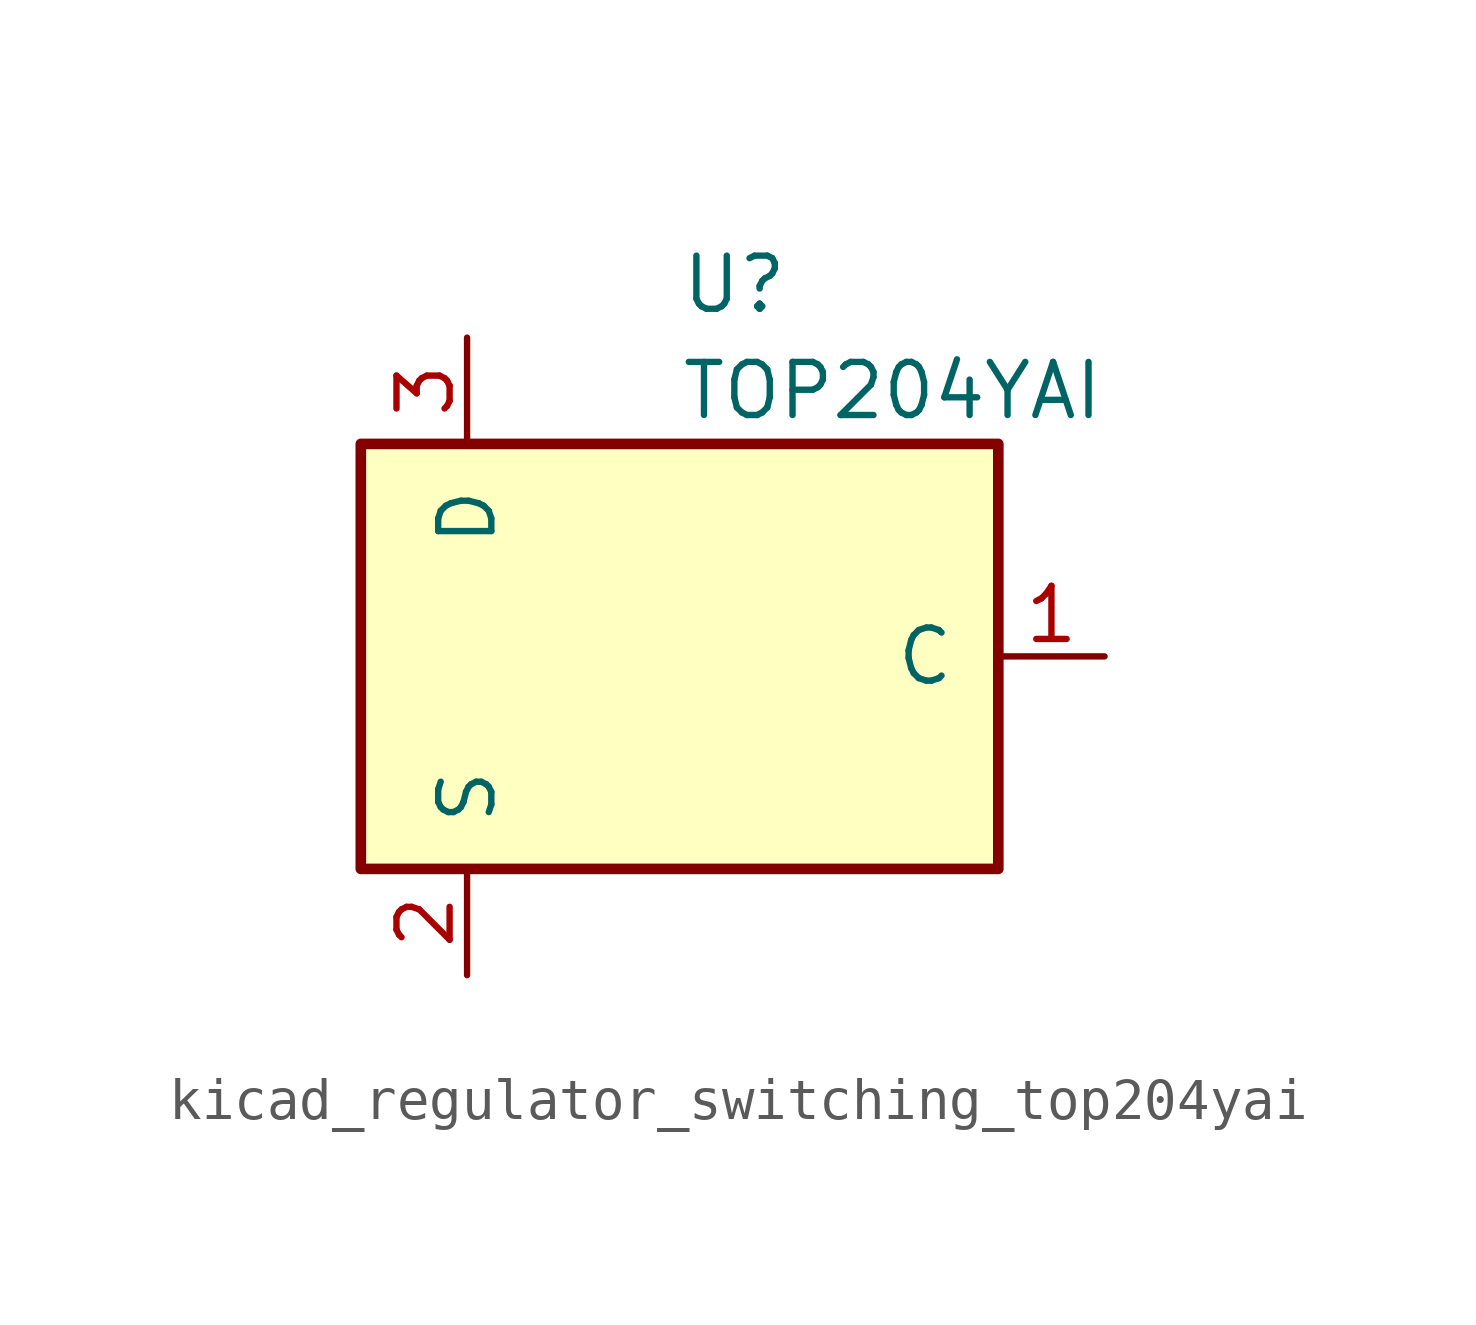
<source format=kicad_sym>
(kicad_symbol_lib
  (version 20220914)
  (generator kicad_symbol_editor)
  (symbol "kicad_regulator_switching_top204yai"
    (pin_names
      (offset 1.016))
    (property "Reference" "U"
      (at 0 8.89 0)
      (effects (font (size 1.27 1.27)) (justify left)))
    (property "Value" "TOP204YAI"
      (at 0 6.35 0)
      (effects (font (size 1.27 1.27)) (justify left)))
    (symbol "kicad_regulator_switching_top204yai_0_1"
      (rectangle (start -7.62 5.08) (end 7.62 -5.08) (stroke (width 0.254) (type default)) (fill (type background))))
    (symbol "kicad_regulator_switching_top204yai_1_1"
      (pin input line (at 10.16 0 180) (length 2.54) (name "C" (effects (font (size 1.27 1.27)))) (number "1" (effects (font (size 1.27 1.27)))))
      (pin power_in line (at -5.08 -7.62 90) (length 2.54) (name "S" (effects (font (size 1.27 1.27)))) (number "2" (effects (font (size 1.27 1.27)))))
      (pin open_collector line (at -5.08 7.62 270) (length 2.54) (name "D" (effects (font (size 1.27 1.27)))) (number "3" (effects (font (size 1.27 1.27))))))))
</source>
